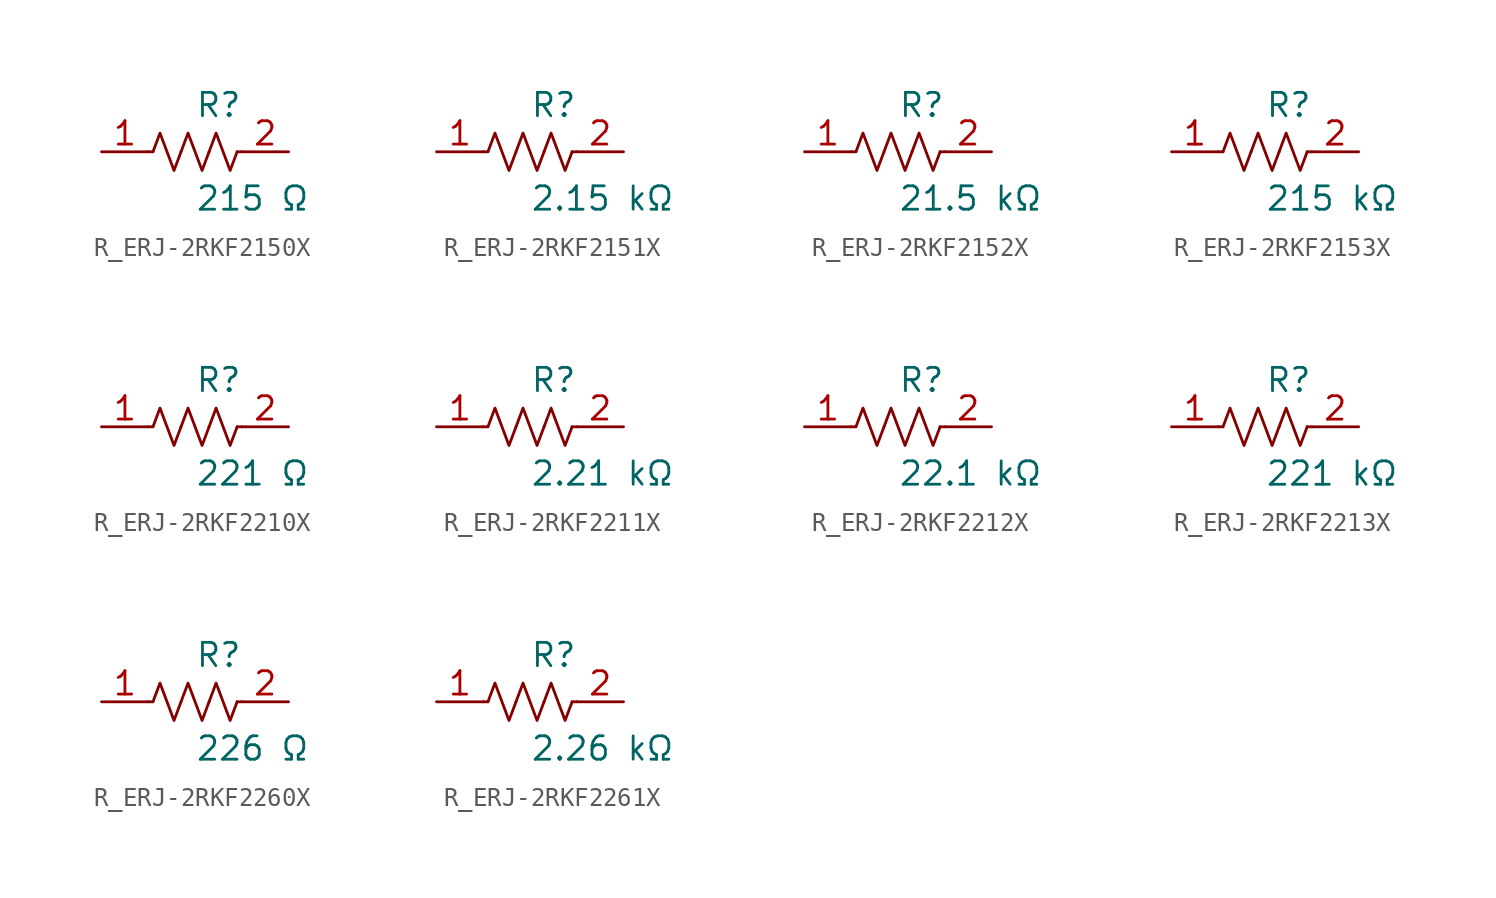
<source format=kicad_sym>
(kicad_symbol_lib
  (version 20231120)
  (generator kicad_symbol_editor)
  (generator_version 8.0)
  (symbol "R_ERJ-2RKF2150X"
    (pin_names
      (offset 0.254))
    (property "Reference" "R"
      (at 0 2.54 0)
      (effects (font (size 1.27 1.27)) (justify left)))
    (property "Value" "215 Ω"
      (at 0 -2.54 0)
      (effects (font (size 1.27 1.27)) (justify left)))
    (symbol "R_ERJ-2RKF2150X_0_1"
      (polyline (pts (xy 2.286 0) (xy 2.54 0)) (stroke (width 0) (type default)) (fill (type none)))
      (polyline (pts (xy -2.286 0) (xy -2.54 0)) (stroke (width 0) (type default)) (fill (type none)))
      (polyline (pts (xy 0.762 0) (xy 1.143 1.016) (xy 1.524 0) (xy 1.905 -1.016) (xy 2.286 0)) (stroke (width 0) (type default)) (fill (type none)))
      (polyline (pts (xy -0.762 0) (xy -0.381 1.016) (xy 0 0) (xy 0.381 -1.016) (xy 0.762 0)) (stroke (width 0) (type default)) (fill (type none)))
      (polyline (pts (xy -2.286 0) (xy -1.905 1.016) (xy -1.524 0) (xy -1.143 -1.016) (xy -0.762 0)) (stroke (width 0) (type default)) (fill (type none))))
    (pin unspecified line
      (at -5.08 0 0)
      (length 2.54)
      (name "" (effects (font (size 1.27 1.27))))
      (number "1" (effects (font (size 1.27 1.27)))))
    (pin unspecified line
      (at 5.08 0 180)
      (length 2.54)
      (name "" (effects (font (size 1.27 1.27))))
      (number "2" (effects (font (size 1.27 1.27))))))
  (symbol "R_ERJ-2RKF2151X"
    (pin_names
      (offset 0.254))
    (property "Reference" "R"
      (at 0 2.54 0)
      (effects (font (size 1.27 1.27)) (justify left)))
    (property "Value" "2.15 kΩ"
      (at 0 -2.54 0)
      (effects (font (size 1.27 1.27)) (justify left)))
    (symbol "R_ERJ-2RKF2151X_0_1"
      (polyline (pts (xy 2.286 0) (xy 2.54 0)) (stroke (width 0) (type default)) (fill (type none)))
      (polyline (pts (xy -2.286 0) (xy -2.54 0)) (stroke (width 0) (type default)) (fill (type none)))
      (polyline (pts (xy 0.762 0) (xy 1.143 1.016) (xy 1.524 0) (xy 1.905 -1.016) (xy 2.286 0)) (stroke (width 0) (type default)) (fill (type none)))
      (polyline (pts (xy -0.762 0) (xy -0.381 1.016) (xy 0 0) (xy 0.381 -1.016) (xy 0.762 0)) (stroke (width 0) (type default)) (fill (type none)))
      (polyline (pts (xy -2.286 0) (xy -1.905 1.016) (xy -1.524 0) (xy -1.143 -1.016) (xy -0.762 0)) (stroke (width 0) (type default)) (fill (type none))))
    (pin unspecified line
      (at -5.08 0 0)
      (length 2.54)
      (name "" (effects (font (size 1.27 1.27))))
      (number "1" (effects (font (size 1.27 1.27)))))
    (pin unspecified line
      (at 5.08 0 180)
      (length 2.54)
      (name "" (effects (font (size 1.27 1.27))))
      (number "2" (effects (font (size 1.27 1.27))))))
  (symbol "R_ERJ-2RKF2152X"
    (pin_names
      (offset 0.254))
    (property "Reference" "R"
      (at 0 2.54 0)
      (effects (font (size 1.27 1.27)) (justify left)))
    (property "Value" "21.5 kΩ"
      (at 0 -2.54 0)
      (effects (font (size 1.27 1.27)) (justify left)))
    (symbol "R_ERJ-2RKF2152X_0_1"
      (polyline (pts (xy 2.286 0) (xy 2.54 0)) (stroke (width 0) (type default)) (fill (type none)))
      (polyline (pts (xy -2.286 0) (xy -2.54 0)) (stroke (width 0) (type default)) (fill (type none)))
      (polyline (pts (xy 0.762 0) (xy 1.143 1.016) (xy 1.524 0) (xy 1.905 -1.016) (xy 2.286 0)) (stroke (width 0) (type default)) (fill (type none)))
      (polyline (pts (xy -0.762 0) (xy -0.381 1.016) (xy 0 0) (xy 0.381 -1.016) (xy 0.762 0)) (stroke (width 0) (type default)) (fill (type none)))
      (polyline (pts (xy -2.286 0) (xy -1.905 1.016) (xy -1.524 0) (xy -1.143 -1.016) (xy -0.762 0)) (stroke (width 0) (type default)) (fill (type none))))
    (pin unspecified line
      (at -5.08 0 0)
      (length 2.54)
      (name "" (effects (font (size 1.27 1.27))))
      (number "1" (effects (font (size 1.27 1.27)))))
    (pin unspecified line
      (at 5.08 0 180)
      (length 2.54)
      (name "" (effects (font (size 1.27 1.27))))
      (number "2" (effects (font (size 1.27 1.27))))))
  (symbol "R_ERJ-2RKF2153X"
    (pin_names
      (offset 0.254))
    (property "Reference" "R"
      (at 0 2.54 0)
      (effects (font (size 1.27 1.27)) (justify left)))
    (property "Value" "215 kΩ"
      (at 0 -2.54 0)
      (effects (font (size 1.27 1.27)) (justify left)))
    (symbol "R_ERJ-2RKF2153X_0_1"
      (polyline (pts (xy 2.286 0) (xy 2.54 0)) (stroke (width 0) (type default)) (fill (type none)))
      (polyline (pts (xy -2.286 0) (xy -2.54 0)) (stroke (width 0) (type default)) (fill (type none)))
      (polyline (pts (xy 0.762 0) (xy 1.143 1.016) (xy 1.524 0) (xy 1.905 -1.016) (xy 2.286 0)) (stroke (width 0) (type default)) (fill (type none)))
      (polyline (pts (xy -0.762 0) (xy -0.381 1.016) (xy 0 0) (xy 0.381 -1.016) (xy 0.762 0)) (stroke (width 0) (type default)) (fill (type none)))
      (polyline (pts (xy -2.286 0) (xy -1.905 1.016) (xy -1.524 0) (xy -1.143 -1.016) (xy -0.762 0)) (stroke (width 0) (type default)) (fill (type none))))
    (pin unspecified line
      (at -5.08 0 0)
      (length 2.54)
      (name "" (effects (font (size 1.27 1.27))))
      (number "1" (effects (font (size 1.27 1.27)))))
    (pin unspecified line
      (at 5.08 0 180)
      (length 2.54)
      (name "" (effects (font (size 1.27 1.27))))
      (number "2" (effects (font (size 1.27 1.27))))))
  (symbol "R_ERJ-2RKF2210X"
    (pin_names
      (offset 0.254))
    (property "Reference" "R"
      (at 0 2.54 0)
      (effects (font (size 1.27 1.27)) (justify left)))
    (property "Value" "221 Ω"
      (at 0 -2.54 0)
      (effects (font (size 1.27 1.27)) (justify left)))
    (symbol "R_ERJ-2RKF2210X_0_1"
      (polyline (pts (xy 2.286 0) (xy 2.54 0)) (stroke (width 0) (type default)) (fill (type none)))
      (polyline (pts (xy -2.286 0) (xy -2.54 0)) (stroke (width 0) (type default)) (fill (type none)))
      (polyline (pts (xy 0.762 0) (xy 1.143 1.016) (xy 1.524 0) (xy 1.905 -1.016) (xy 2.286 0)) (stroke (width 0) (type default)) (fill (type none)))
      (polyline (pts (xy -0.762 0) (xy -0.381 1.016) (xy 0 0) (xy 0.381 -1.016) (xy 0.762 0)) (stroke (width 0) (type default)) (fill (type none)))
      (polyline (pts (xy -2.286 0) (xy -1.905 1.016) (xy -1.524 0) (xy -1.143 -1.016) (xy -0.762 0)) (stroke (width 0) (type default)) (fill (type none))))
    (pin unspecified line
      (at -5.08 0 0)
      (length 2.54)
      (name "" (effects (font (size 1.27 1.27))))
      (number "1" (effects (font (size 1.27 1.27)))))
    (pin unspecified line
      (at 5.08 0 180)
      (length 2.54)
      (name "" (effects (font (size 1.27 1.27))))
      (number "2" (effects (font (size 1.27 1.27))))))
  (symbol "R_ERJ-2RKF2211X"
    (pin_names
      (offset 0.254))
    (property "Reference" "R"
      (at 0 2.54 0)
      (effects (font (size 1.27 1.27)) (justify left)))
    (property "Value" "2.21 kΩ"
      (at 0 -2.54 0)
      (effects (font (size 1.27 1.27)) (justify left)))
    (symbol "R_ERJ-2RKF2211X_0_1"
      (polyline (pts (xy 2.286 0) (xy 2.54 0)) (stroke (width 0) (type default)) (fill (type none)))
      (polyline (pts (xy -2.286 0) (xy -2.54 0)) (stroke (width 0) (type default)) (fill (type none)))
      (polyline (pts (xy 0.762 0) (xy 1.143 1.016) (xy 1.524 0) (xy 1.905 -1.016) (xy 2.286 0)) (stroke (width 0) (type default)) (fill (type none)))
      (polyline (pts (xy -0.762 0) (xy -0.381 1.016) (xy 0 0) (xy 0.381 -1.016) (xy 0.762 0)) (stroke (width 0) (type default)) (fill (type none)))
      (polyline (pts (xy -2.286 0) (xy -1.905 1.016) (xy -1.524 0) (xy -1.143 -1.016) (xy -0.762 0)) (stroke (width 0) (type default)) (fill (type none))))
    (pin unspecified line
      (at -5.08 0 0)
      (length 2.54)
      (name "" (effects (font (size 1.27 1.27))))
      (number "1" (effects (font (size 1.27 1.27)))))
    (pin unspecified line
      (at 5.08 0 180)
      (length 2.54)
      (name "" (effects (font (size 1.27 1.27))))
      (number "2" (effects (font (size 1.27 1.27))))))
  (symbol "R_ERJ-2RKF2212X"
    (pin_names
      (offset 0.254))
    (property "Reference" "R"
      (at 0 2.54 0)
      (effects (font (size 1.27 1.27)) (justify left)))
    (property "Value" "22.1 kΩ"
      (at 0 -2.54 0)
      (effects (font (size 1.27 1.27)) (justify left)))
    (symbol "R_ERJ-2RKF2212X_0_1"
      (polyline (pts (xy 2.286 0) (xy 2.54 0)) (stroke (width 0) (type default)) (fill (type none)))
      (polyline (pts (xy -2.286 0) (xy -2.54 0)) (stroke (width 0) (type default)) (fill (type none)))
      (polyline (pts (xy 0.762 0) (xy 1.143 1.016) (xy 1.524 0) (xy 1.905 -1.016) (xy 2.286 0)) (stroke (width 0) (type default)) (fill (type none)))
      (polyline (pts (xy -0.762 0) (xy -0.381 1.016) (xy 0 0) (xy 0.381 -1.016) (xy 0.762 0)) (stroke (width 0) (type default)) (fill (type none)))
      (polyline (pts (xy -2.286 0) (xy -1.905 1.016) (xy -1.524 0) (xy -1.143 -1.016) (xy -0.762 0)) (stroke (width 0) (type default)) (fill (type none))))
    (pin unspecified line
      (at -5.08 0 0)
      (length 2.54)
      (name "" (effects (font (size 1.27 1.27))))
      (number "1" (effects (font (size 1.27 1.27)))))
    (pin unspecified line
      (at 5.08 0 180)
      (length 2.54)
      (name "" (effects (font (size 1.27 1.27))))
      (number "2" (effects (font (size 1.27 1.27))))))
  (symbol "R_ERJ-2RKF2213X"
    (pin_names
      (offset 0.254))
    (property "Reference" "R"
      (at 0 2.54 0)
      (effects (font (size 1.27 1.27)) (justify left)))
    (property "Value" "221 kΩ"
      (at 0 -2.54 0)
      (effects (font (size 1.27 1.27)) (justify left)))
    (symbol "R_ERJ-2RKF2213X_0_1"
      (polyline (pts (xy 2.286 0) (xy 2.54 0)) (stroke (width 0) (type default)) (fill (type none)))
      (polyline (pts (xy -2.286 0) (xy -2.54 0)) (stroke (width 0) (type default)) (fill (type none)))
      (polyline (pts (xy 0.762 0) (xy 1.143 1.016) (xy 1.524 0) (xy 1.905 -1.016) (xy 2.286 0)) (stroke (width 0) (type default)) (fill (type none)))
      (polyline (pts (xy -0.762 0) (xy -0.381 1.016) (xy 0 0) (xy 0.381 -1.016) (xy 0.762 0)) (stroke (width 0) (type default)) (fill (type none)))
      (polyline (pts (xy -2.286 0) (xy -1.905 1.016) (xy -1.524 0) (xy -1.143 -1.016) (xy -0.762 0)) (stroke (width 0) (type default)) (fill (type none))))
    (pin unspecified line
      (at -5.08 0 0)
      (length 2.54)
      (name "" (effects (font (size 1.27 1.27))))
      (number "1" (effects (font (size 1.27 1.27)))))
    (pin unspecified line
      (at 5.08 0 180)
      (length 2.54)
      (name "" (effects (font (size 1.27 1.27))))
      (number "2" (effects (font (size 1.27 1.27))))))
  (symbol "R_ERJ-2RKF2260X"
    (pin_names
      (offset 0.254))
    (property "Reference" "R"
      (at 0 2.54 0)
      (effects (font (size 1.27 1.27)) (justify left)))
    (property "Value" "226 Ω"
      (at 0 -2.54 0)
      (effects (font (size 1.27 1.27)) (justify left)))
    (symbol "R_ERJ-2RKF2260X_0_1"
      (polyline (pts (xy 2.286 0) (xy 2.54 0)) (stroke (width 0) (type default)) (fill (type none)))
      (polyline (pts (xy -2.286 0) (xy -2.54 0)) (stroke (width 0) (type default)) (fill (type none)))
      (polyline (pts (xy 0.762 0) (xy 1.143 1.016) (xy 1.524 0) (xy 1.905 -1.016) (xy 2.286 0)) (stroke (width 0) (type default)) (fill (type none)))
      (polyline (pts (xy -0.762 0) (xy -0.381 1.016) (xy 0 0) (xy 0.381 -1.016) (xy 0.762 0)) (stroke (width 0) (type default)) (fill (type none)))
      (polyline (pts (xy -2.286 0) (xy -1.905 1.016) (xy -1.524 0) (xy -1.143 -1.016) (xy -0.762 0)) (stroke (width 0) (type default)) (fill (type none))))
    (pin unspecified line
      (at -5.08 0 0)
      (length 2.54)
      (name "" (effects (font (size 1.27 1.27))))
      (number "1" (effects (font (size 1.27 1.27)))))
    (pin unspecified line
      (at 5.08 0 180)
      (length 2.54)
      (name "" (effects (font (size 1.27 1.27))))
      (number "2" (effects (font (size 1.27 1.27))))))
  (symbol "R_ERJ-2RKF2261X"
    (pin_names
      (offset 0.254))
    (property "Reference" "R"
      (at 0 2.54 0)
      (effects (font (size 1.27 1.27)) (justify left)))
    (property "Value" "2.26 kΩ"
      (at 0 -2.54 0)
      (effects (font (size 1.27 1.27)) (justify left)))
    (symbol "R_ERJ-2RKF2261X_0_1"
      (polyline (pts (xy 2.286 0) (xy 2.54 0)) (stroke (width 0) (type default)) (fill (type none)))
      (polyline (pts (xy -2.286 0) (xy -2.54 0)) (stroke (width 0) (type default)) (fill (type none)))
      (polyline (pts (xy 0.762 0) (xy 1.143 1.016) (xy 1.524 0) (xy 1.905 -1.016) (xy 2.286 0)) (stroke (width 0) (type default)) (fill (type none)))
      (polyline (pts (xy -0.762 0) (xy -0.381 1.016) (xy 0 0) (xy 0.381 -1.016) (xy 0.762 0)) (stroke (width 0) (type default)) (fill (type none)))
      (polyline (pts (xy -2.286 0) (xy -1.905 1.016) (xy -1.524 0) (xy -1.143 -1.016) (xy -0.762 0)) (stroke (width 0) (type default)) (fill (type none))))
    (pin unspecified line
      (at -5.08 0 0)
      (length 2.54)
      (name "" (effects (font (size 1.27 1.27))))
      (number "1" (effects (font (size 1.27 1.27)))))
    (pin unspecified line
      (at 5.08 0 180)
      (length 2.54)
      (name "" (effects (font (size 1.27 1.27))))
      (number "2" (effects (font (size 1.27 1.27)))))))
</source>
